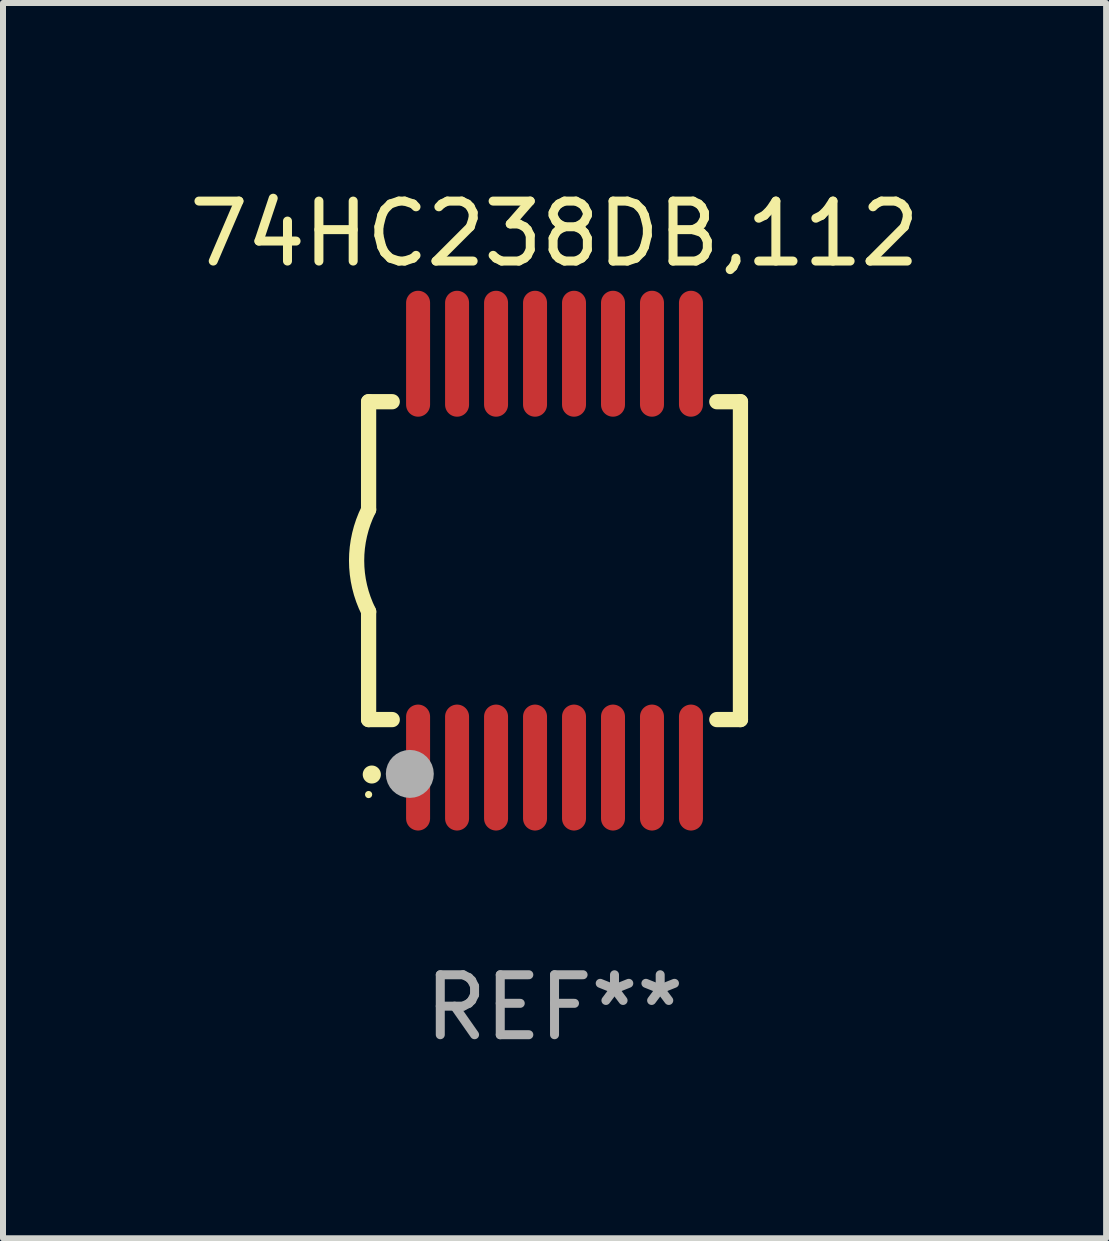
<source format=kicad_pcb>
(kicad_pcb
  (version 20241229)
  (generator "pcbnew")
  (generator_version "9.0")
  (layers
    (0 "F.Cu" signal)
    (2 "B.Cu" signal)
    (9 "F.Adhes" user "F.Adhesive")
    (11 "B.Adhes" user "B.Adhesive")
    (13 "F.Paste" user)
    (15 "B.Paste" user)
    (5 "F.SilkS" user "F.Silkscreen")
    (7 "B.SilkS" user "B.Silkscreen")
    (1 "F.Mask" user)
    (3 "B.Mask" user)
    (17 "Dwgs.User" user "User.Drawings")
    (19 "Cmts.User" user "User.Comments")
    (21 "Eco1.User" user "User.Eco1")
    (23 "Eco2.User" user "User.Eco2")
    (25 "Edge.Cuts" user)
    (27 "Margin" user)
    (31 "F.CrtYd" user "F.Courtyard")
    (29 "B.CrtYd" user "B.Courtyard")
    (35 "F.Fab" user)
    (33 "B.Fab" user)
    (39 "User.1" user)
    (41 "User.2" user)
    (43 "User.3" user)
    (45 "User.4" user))
  (footprint "74HC238DB,112"
    (layer "F.Cu")
    (at 6.196 6.298)
    (property "Reference" "74HC238DB,112" (at 0 -5.45 0) (layer "F.SilkS") (effects (font (size 1 1) (thickness 0.15))))
    (attr through_hole)
    (fp_line (start -3.1 -2.65) (end -3.1 -0.85) (stroke (width 0.254) (type solid)) (layer "F.SilkS"))
    (fp_line (start -3.1 -2.65) (end -2.706 -2.65) (stroke (width 0.254) (type solid)) (layer "F.SilkS"))
    (fp_line (start -3.1 2.65) (end -3.1 0.85) (stroke (width 0.254) (type solid)) (layer "F.SilkS"))
    (fp_line (start -3.1 2.65) (end -2.706 2.65) (stroke (width 0.254) (type solid)) (layer "F.SilkS"))
    (fp_line (start 2.706 -2.65) (end 3.1 -2.65) (stroke (width 0.254) (type solid)) (layer "F.SilkS"))
    (fp_line (start 2.706 2.65) (end 3.1 2.65) (stroke (width 0.254) (type solid)) (layer "F.SilkS"))
    (fp_line (start 3.1 -2.65) (end 3.1 2.65) (stroke (width 0.254) (type solid)) (layer "F.SilkS"))
    (fp_arc (start -3.098907 0.850902) (mid -3.300057 0.000523) (end -3.1 -0.850114) (stroke (width 0.254001) (type solid)) (layer "F.SilkS"))
    (fp_arc (start -3.048006 3.566066) (mid -3.046736 3.566061) (end -3.045466 3.566066) (stroke (width 0.3) (type solid)) (layer "F.SilkS"))
    (fp_circle (center -3.1 3.9) (end -3.07 3.9) (stroke (width 0.06) (type solid)) (fill no) (layer "F.SilkS"))
    (fp_circle (center -2.413 3.556) (end -2.213 3.556) (stroke (width 0.4) (type solid)) (fill no) (layer "F.Fab"))
    (fp_text user "REF**" (at 0 7.45 0) (layer "F.Fab") (effects (font (size 1 1) (thickness 0.15))))
    (pad "1" smd oval (at -2.275 3.45 180) (size 0.4 2.1) (layers "F.Cu" "F.Mask" "F.Paste"))
    (pad "2" smd oval (at -1.625 3.45 180) (size 0.4 2.1) (layers "F.Cu" "F.Mask" "F.Paste"))
    (pad "3" smd oval (at -0.975 3.45 180) (size 0.4 2.1) (layers "F.Cu" "F.Mask" "F.Paste"))
    (pad "4" smd oval (at -0.325 3.45 180) (size 0.4 2.1) (layers "F.Cu" "F.Mask" "F.Paste"))
    (pad "5" smd oval (at 0.325 3.45 180) (size 0.4 2.1) (layers "F.Cu" "F.Mask" "F.Paste"))
    (pad "6" smd oval (at 0.975 3.45 180) (size 0.4 2.1) (layers "F.Cu" "F.Mask" "F.Paste"))
    (pad "7" smd oval (at 1.625 3.45 180) (size 0.4 2.1) (layers "F.Cu" "F.Mask" "F.Paste"))
    (pad "8" smd oval (at 2.275 3.45 180) (size 0.4 2.1) (layers "F.Cu" "F.Mask" "F.Paste"))
    (pad "9" smd oval (at 2.275 -3.45 180) (size 0.4 2.1) (layers "F.Cu" "F.Mask" "F.Paste"))
    (pad "10" smd oval (at 1.625 -3.45 180) (size 0.4 2.1) (layers "F.Cu" "F.Mask" "F.Paste"))
    (pad "11" smd oval (at 0.975 -3.45 180) (size 0.4 2.1) (layers "F.Cu" "F.Mask" "F.Paste"))
    (pad "12" smd oval (at 0.325 -3.45 180) (size 0.4 2.1) (layers "F.Cu" "F.Mask" "F.Paste"))
    (pad "13" smd oval (at -0.325 -3.45 180) (size 0.4 2.1) (layers "F.Cu" "F.Mask" "F.Paste"))
    (pad "14" smd oval (at -0.975 -3.45 180) (size 0.4 2.1) (layers "F.Cu" "F.Mask" "F.Paste"))
    (pad "15" smd oval (at -1.625 -3.45 180) (size 0.4 2.1) (layers "F.Cu" "F.Mask" "F.Paste"))
    (pad "16" smd oval (at -2.275 -3.45 180) (size 0.4 2.1) (layers "F.Cu" "F.Mask" "F.Paste")))
  (gr_rect
    (start -3 -3)
    (end 15.393 17.597)
    (stroke (width 0.1) (type default))
    (fill no)
    (layer "Edge.Cuts")))
</source>
